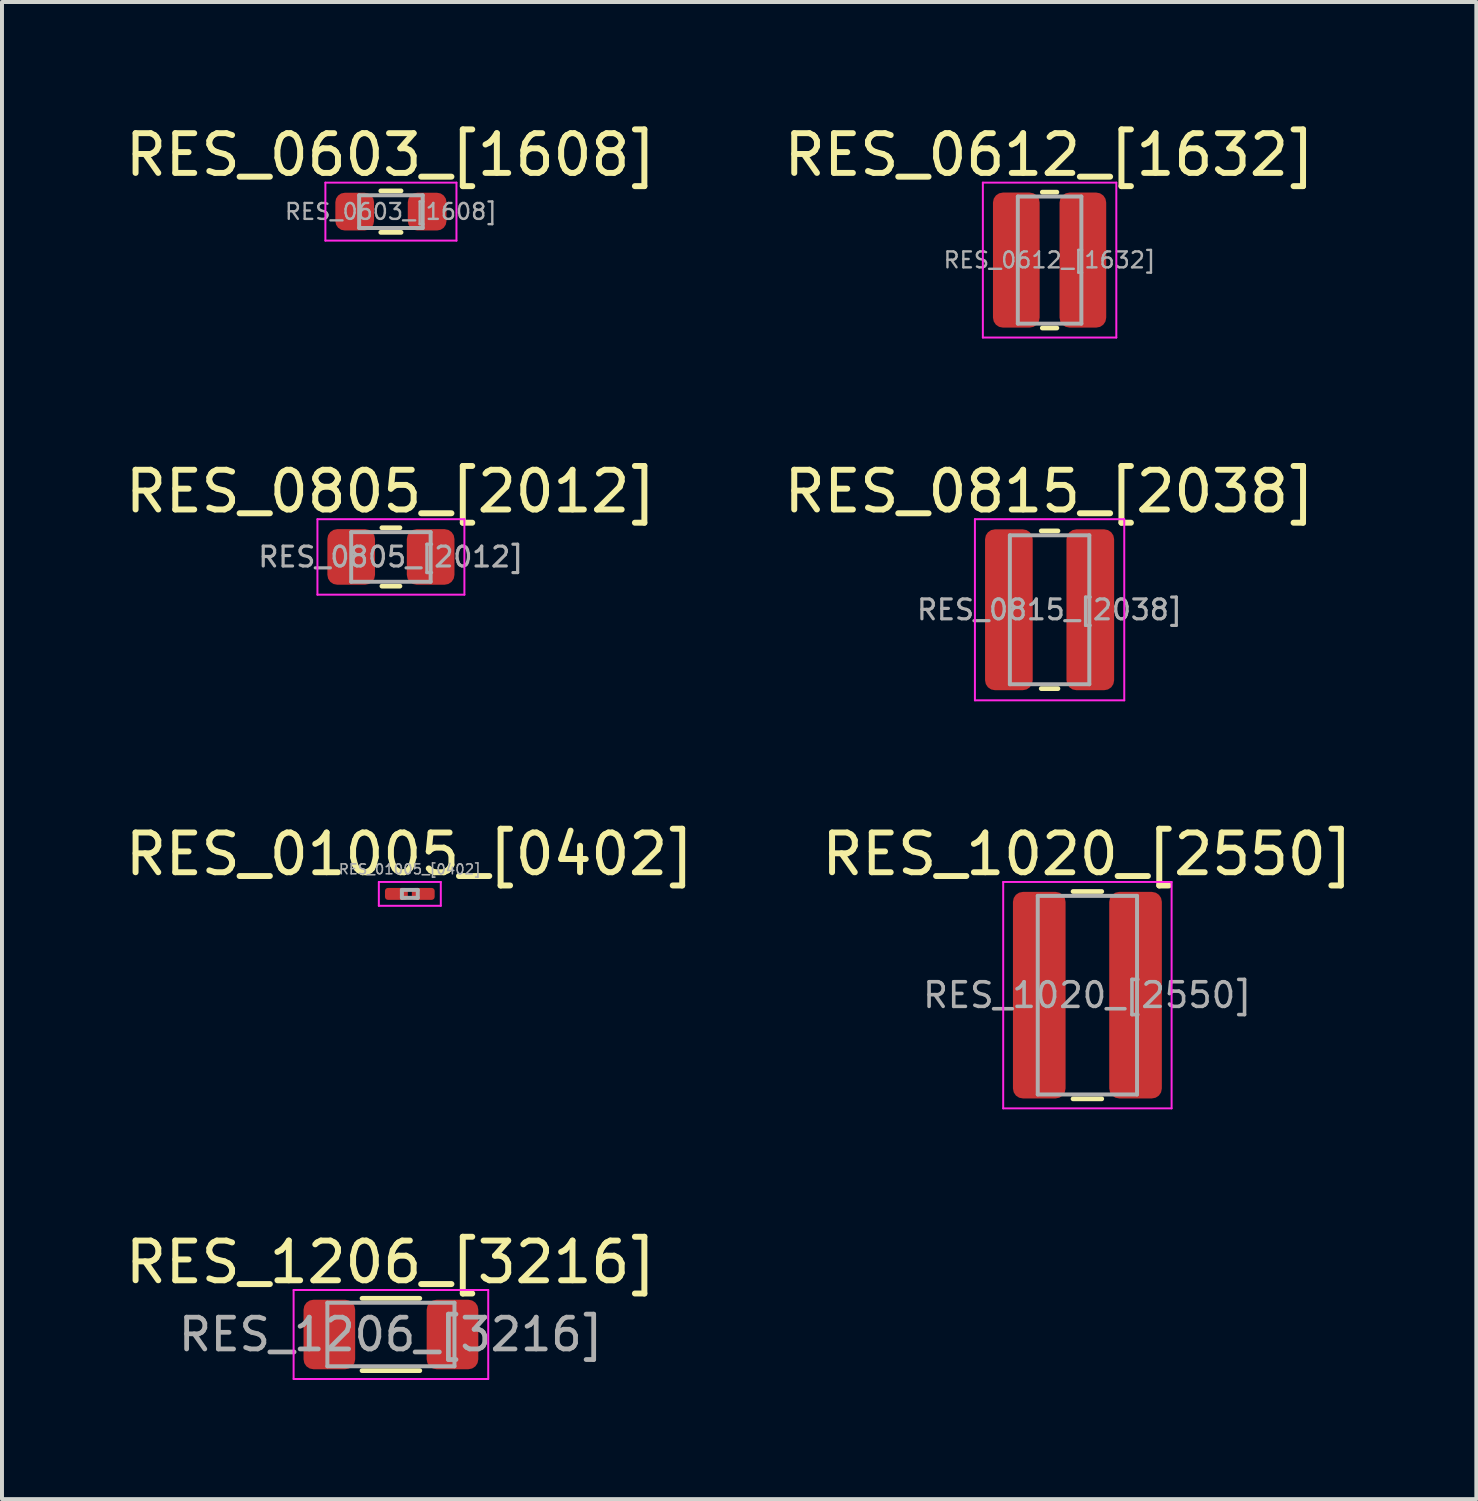
<source format=kicad_pcb>
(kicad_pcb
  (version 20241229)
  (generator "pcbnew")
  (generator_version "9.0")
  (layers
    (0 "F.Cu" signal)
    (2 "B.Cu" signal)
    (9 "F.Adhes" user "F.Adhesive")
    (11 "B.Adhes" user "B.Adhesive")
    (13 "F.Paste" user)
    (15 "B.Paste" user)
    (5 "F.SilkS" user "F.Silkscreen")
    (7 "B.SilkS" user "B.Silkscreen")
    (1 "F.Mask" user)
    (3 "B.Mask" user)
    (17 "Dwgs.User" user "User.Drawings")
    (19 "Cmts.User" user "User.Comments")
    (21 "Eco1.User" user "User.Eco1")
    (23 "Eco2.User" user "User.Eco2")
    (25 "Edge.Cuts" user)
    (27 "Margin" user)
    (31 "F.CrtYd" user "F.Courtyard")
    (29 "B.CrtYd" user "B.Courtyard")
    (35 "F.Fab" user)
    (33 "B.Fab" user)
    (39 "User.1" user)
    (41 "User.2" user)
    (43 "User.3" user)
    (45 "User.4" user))
  (footprint "RES_0612_[1632]"
    (layer "F.Cu")
    (at 23.375 3.498)
    (property "Reference" "RES_0612_[1632]" (at 0 -2.65 0) (layer "F.SilkS") (effects (font (size 1 1) (thickness 0.15))))
    (attr smd)
    (fp_line (start -0.183 -1.71) (end 0.183 -1.71) (stroke (width 0.12) (type solid)) (layer "F.SilkS"))
    (fp_line (start -0.183 1.71) (end 0.183 1.71) (stroke (width 0.12) (type solid)) (layer "F.SilkS"))
    (fp_line (start -1.68 -1.95) (end 1.68 -1.95) (stroke (width 0.05) (type solid)) (layer "F.CrtYd"))
    (fp_line (start -1.68 1.95) (end -1.68 -1.95) (stroke (width 0.05) (type solid)) (layer "F.CrtYd"))
    (fp_line (start 1.68 -1.95) (end 1.68 1.95) (stroke (width 0.05) (type solid)) (layer "F.CrtYd"))
    (fp_line (start 1.68 1.95) (end -1.68 1.95) (stroke (width 0.05) (type solid)) (layer "F.CrtYd"))
    (fp_line (start -0.8 -1.6) (end 0.8 -1.6) (stroke (width 0.1) (type solid)) (layer "F.Fab"))
    (fp_line (start -0.8 1.6) (end -0.8 -1.6) (stroke (width 0.1) (type solid)) (layer "F.Fab"))
    (fp_line (start 0.8 -1.6) (end 0.8 1.6) (stroke (width 0.1) (type solid)) (layer "F.Fab"))
    (fp_line (start 0.8 1.6) (end -0.8 1.6) (stroke (width 0.1) (type solid)) (layer "F.Fab"))
    (fp_text user "${REFERENCE}" (at 0 0 0) (layer "F.Fab") (effects (font (size 0.4 0.4) (thickness 0.06))))
    (pad "1" smd roundrect (at -0.838 0) (size 1.175 3.4) (layers "F.Cu" "F.Mask" "F.Paste") (roundrect_rratio 0.213))
    (pad "2" smd roundrect (at 0.838 0) (size 1.175 3.4) (layers "F.Cu" "F.Mask" "F.Paste") (roundrect_rratio 0.213)))
  (footprint "RES_0815_[2038]"
    (layer "F.Cu")
    (at 23.375 12.302)
    (property "Reference" "RES_0815_[2038]" (at 0 -2.98 0) (layer "F.SilkS") (effects (font (size 1 1) (thickness 0.15))))
    (attr smd)
    (fp_line (start -0.21 -1.985) (end 0.21 -1.985) (stroke (width 0.12) (type solid)) (layer "F.SilkS"))
    (fp_line (start -0.21 1.985) (end 0.21 1.985) (stroke (width 0.12) (type solid)) (layer "F.SilkS"))
    (fp_line (start -1.88 -2.28) (end 1.88 -2.28) (stroke (width 0.05) (type solid)) (layer "F.CrtYd"))
    (fp_line (start -1.88 2.28) (end -1.88 -2.28) (stroke (width 0.05) (type solid)) (layer "F.CrtYd"))
    (fp_line (start 1.88 -2.28) (end 1.88 2.28) (stroke (width 0.05) (type solid)) (layer "F.CrtYd"))
    (fp_line (start 1.88 2.28) (end -1.88 2.28) (stroke (width 0.05) (type solid)) (layer "F.CrtYd"))
    (fp_line (start -1 -1.875) (end 1 -1.875) (stroke (width 0.1) (type solid)) (layer "F.Fab"))
    (fp_line (start -1 1.875) (end -1 -1.875) (stroke (width 0.1) (type solid)) (layer "F.Fab"))
    (fp_line (start 1 -1.875) (end 1 1.875) (stroke (width 0.1) (type solid)) (layer "F.Fab"))
    (fp_line (start 1 1.875) (end -1 1.875) (stroke (width 0.1) (type solid)) (layer "F.Fab"))
    (fp_text user "${REFERENCE}" (at 0 0 0) (layer "F.Fab") (effects (font (size 0.5 0.5) (thickness 0.08))))
    (pad "1" smd roundrect (at -1.025 0) (size 1.2 4.05) (layers "F.Cu" "F.Mask" "F.Paste") (roundrect_rratio 0.208))
    (pad "2" smd roundrect (at 1.025 0) (size 1.2 4.05) (layers "F.Cu" "F.Mask" "F.Paste") (roundrect_rratio 0.208)))
  (footprint "RES_0805_[2012]"
    (layer "F.Cu")
    (at 6.792 10.972)
    (property "Reference" "RES_0805_[2012]" (at 0 -1.65 0) (layer "F.SilkS") (effects (font (size 1 1) (thickness 0.15))))
    (attr smd)
    (fp_line (start -0.227 -0.735) (end 0.227 -0.735) (stroke (width 0.12) (type solid)) (layer "F.SilkS"))
    (fp_line (start -0.227 0.735) (end 0.227 0.735) (stroke (width 0.12) (type solid)) (layer "F.SilkS"))
    (fp_line (start -1.85 -0.95) (end 1.85 -0.95) (stroke (width 0.05) (type solid)) (layer "F.CrtYd"))
    (fp_line (start -1.85 0.95) (end -1.85 -0.95) (stroke (width 0.05) (type solid)) (layer "F.CrtYd"))
    (fp_line (start 1.85 -0.95) (end 1.85 0.95) (stroke (width 0.05) (type solid)) (layer "F.CrtYd"))
    (fp_line (start 1.85 0.95) (end -1.85 0.95) (stroke (width 0.05) (type solid)) (layer "F.CrtYd"))
    (fp_line (start -1 -0.625) (end 1 -0.625) (stroke (width 0.1) (type solid)) (layer "F.Fab"))
    (fp_line (start -1 0.625) (end -1 -0.625) (stroke (width 0.1) (type solid)) (layer "F.Fab"))
    (fp_line (start 1 -0.625) (end 1 0.625) (stroke (width 0.1) (type solid)) (layer "F.Fab"))
    (fp_line (start 1 0.625) (end -1 0.625) (stroke (width 0.1) (type solid)) (layer "F.Fab"))
    (fp_text user "${REFERENCE}" (at 0 0 0) (layer "F.Fab") (effects (font (size 0.5 0.5) (thickness 0.08))))
    (pad "1" smd roundrect (at -1 0) (size 1.2 1.4) (layers "F.Cu" "F.Mask" "F.Paste") (roundrect_rratio 0.208))
    (pad "2" smd roundrect (at 1 0) (size 1.2 1.4) (layers "F.Cu" "F.Mask" "F.Paste") (roundrect_rratio 0.208)))
  (footprint "RES_1206_[3216]"
    (layer "F.Cu")
    (at 6.792 30.548)
    (property "Reference" "RES_1206_[3216]" (at 0 -1.82 0) (layer "F.SilkS") (effects (font (size 1 1) (thickness 0.15))))
    (attr smd)
    (fp_line (start -0.727 -0.91) (end 0.727 -0.91) (stroke (width 0.12) (type solid)) (layer "F.SilkS"))
    (fp_line (start -0.727 0.91) (end 0.727 0.91) (stroke (width 0.12) (type solid)) (layer "F.SilkS"))
    (fp_line (start -2.45 -1.12) (end 2.45 -1.12) (stroke (width 0.05) (type solid)) (layer "F.CrtYd"))
    (fp_line (start -2.45 1.12) (end -2.45 -1.12) (stroke (width 0.05) (type solid)) (layer "F.CrtYd"))
    (fp_line (start 2.45 -1.12) (end 2.45 1.12) (stroke (width 0.05) (type solid)) (layer "F.CrtYd"))
    (fp_line (start 2.45 1.12) (end -2.45 1.12) (stroke (width 0.05) (type solid)) (layer "F.CrtYd"))
    (fp_line (start -1.6 -0.8) (end 1.6 -0.8) (stroke (width 0.1) (type solid)) (layer "F.Fab"))
    (fp_line (start -1.6 0.8) (end -1.6 -0.8) (stroke (width 0.1) (type solid)) (layer "F.Fab"))
    (fp_line (start 1.6 -0.8) (end 1.6 0.8) (stroke (width 0.1) (type solid)) (layer "F.Fab"))
    (fp_line (start 1.6 0.8) (end -1.6 0.8) (stroke (width 0.1) (type solid)) (layer "F.Fab"))
    (fp_text user "${REFERENCE}" (at 0 0 0) (layer "F.Fab") (effects (font (size 0.8 0.8) (thickness 0.12))))
    (pad "1" smd roundrect (at -1.55 0) (size 1.3 1.75) (layers "F.Cu" "F.Mask" "F.Paste") (roundrect_rratio 0.192))
    (pad "2" smd roundrect (at 1.55 0) (size 1.3 1.75) (layers "F.Cu" "F.Mask" "F.Paste") (roundrect_rratio 0.192)))
  (footprint "RES_1020_[2550]"
    (layer "F.Cu")
    (at 24.327 22.005)
    (property "Reference" "RES_1020_[2550]" (at 0 -3.55 0) (layer "F.SilkS") (effects (font (size 1 1) (thickness 0.15))))
    (attr smd)
    (fp_line (start -0.361 -2.61) (end 0.361 -2.61) (stroke (width 0.12) (type solid)) (layer "F.SilkS"))
    (fp_line (start -0.361 2.61) (end 0.361 2.61) (stroke (width 0.12) (type solid)) (layer "F.SilkS"))
    (fp_line (start -2.12 -2.85) (end 2.12 -2.85) (stroke (width 0.05) (type solid)) (layer "F.CrtYd"))
    (fp_line (start -2.12 2.85) (end -2.12 -2.85) (stroke (width 0.05) (type solid)) (layer "F.CrtYd"))
    (fp_line (start 2.12 -2.85) (end 2.12 2.85) (stroke (width 0.05) (type solid)) (layer "F.CrtYd"))
    (fp_line (start 2.12 2.85) (end -2.12 2.85) (stroke (width 0.05) (type solid)) (layer "F.CrtYd"))
    (fp_line (start -1.25 -2.5) (end 1.25 -2.5) (stroke (width 0.1) (type solid)) (layer "F.Fab"))
    (fp_line (start -1.25 2.5) (end -1.25 -2.5) (stroke (width 0.1) (type solid)) (layer "F.Fab"))
    (fp_line (start 1.25 -2.5) (end 1.25 2.5) (stroke (width 0.1) (type solid)) (layer "F.Fab"))
    (fp_line (start 1.25 2.5) (end -1.25 2.5) (stroke (width 0.1) (type solid)) (layer "F.Fab"))
    (fp_text user "${REFERENCE}" (at 0 0 0) (layer "F.Fab") (effects (font (size 0.62 0.62) (thickness 0.09))))
    (pad "1" smd roundrect (at -1.212 0) (size 1.325 5.2) (layers "F.Cu" "F.Mask" "F.Paste") (roundrect_rratio 0.189))
    (pad "2" smd roundrect (at 1.212 0) (size 1.325 5.2) (layers "F.Cu" "F.Mask" "F.Paste") (roundrect_rratio 0.189)))
  (footprint "RES_01005_[0402]"
    (layer "F.Cu")
    (at 7.268 19.455)
    (property "Reference" "RES_01005_[0402]" (at 0 -1 0) (layer "F.SilkS") (effects (font (size 1 1) (thickness 0.15))))
    (attr smd)
    (fp_line (start -0.78 -0.3) (end 0.78 -0.3) (stroke (width 0.05) (type solid)) (layer "F.CrtYd"))
    (fp_line (start -0.78 0.3) (end -0.78 -0.3) (stroke (width 0.05) (type solid)) (layer "F.CrtYd"))
    (fp_line (start 0.78 -0.3) (end 0.78 0.3) (stroke (width 0.05) (type solid)) (layer "F.CrtYd"))
    (fp_line (start 0.78 0.3) (end -0.78 0.3) (stroke (width 0.05) (type solid)) (layer "F.CrtYd"))
    (fp_line (start -0.2 -0.1) (end 0.2 -0.1) (stroke (width 0.1) (type solid)) (layer "F.Fab"))
    (fp_line (start -0.2 0.1) (end -0.2 -0.1) (stroke (width 0.1) (type solid)) (layer "F.Fab"))
    (fp_line (start 0.2 -0.1) (end 0.2 0.1) (stroke (width 0.1) (type solid)) (layer "F.Fab"))
    (fp_line (start 0.2 0.1) (end -0.2 0.1) (stroke (width 0.1) (type solid)) (layer "F.Fab"))
    (fp_text user "${REFERENCE}" (at 0 -0.62 0) (layer "F.Fab") (effects (font (size 0.25 0.25) (thickness 0.04))))
    (pad "" smd roundrect (at -0.362 0) (size 0.41 0.27) (layers "F.Paste") (roundrect_rratio 0.25))
    (pad "" smd roundrect (at 0.362 0) (size 0.41 0.27) (layers "F.Paste") (roundrect_rratio 0.25))
    (pad "1" smd roundrect (at -0.338 0) (size 0.575 0.3) (layers "F.Cu" "F.Mask") (roundrect_rratio 0.25))
    (pad "2" smd roundrect (at 0.338 0) (size 0.575 0.3) (layers "F.Cu" "F.Mask") (roundrect_rratio 0.25)))
  (footprint "RES_0603_[1608]"
    (layer "F.Cu")
    (at 6.792 2.278)
    (property "Reference" "RES_0603_[1608]" (at 0 -1.43 0) (layer "F.SilkS") (effects (font (size 1 1) (thickness 0.15))))
    (attr smd)
    (fp_line (start -0.255 -0.522) (end 0.255 -0.522) (stroke (width 0.12) (type solid)) (layer "F.SilkS"))
    (fp_line (start -0.255 0.522) (end 0.255 0.522) (stroke (width 0.12) (type solid)) (layer "F.SilkS"))
    (fp_line (start -1.65 -0.73) (end 1.65 -0.73) (stroke (width 0.05) (type solid)) (layer "F.CrtYd"))
    (fp_line (start -1.65 0.73) (end -1.65 -0.73) (stroke (width 0.05) (type solid)) (layer "F.CrtYd"))
    (fp_line (start 1.65 -0.73) (end 1.65 0.73) (stroke (width 0.05) (type solid)) (layer "F.CrtYd"))
    (fp_line (start 1.65 0.73) (end -1.65 0.73) (stroke (width 0.05) (type solid)) (layer "F.CrtYd"))
    (fp_line (start -0.8 -0.412) (end 0.8 -0.412) (stroke (width 0.1) (type solid)) (layer "F.Fab"))
    (fp_line (start -0.8 0.412) (end -0.8 -0.412) (stroke (width 0.1) (type solid)) (layer "F.Fab"))
    (fp_line (start 0.8 -0.412) (end 0.8 0.412) (stroke (width 0.1) (type solid)) (layer "F.Fab"))
    (fp_line (start 0.8 0.412) (end -0.8 0.412) (stroke (width 0.1) (type solid)) (layer "F.Fab"))
    (fp_text user "${REFERENCE}" (at 0 0 0) (layer "F.Fab") (effects (font (size 0.4 0.4) (thickness 0.06))))
    (pad "1" smd roundrect (at -0.912 0) (size 0.975 0.95) (layers "F.Cu" "F.Mask" "F.Paste") (roundrect_rratio 0.25))
    (pad "2" smd roundrect (at 0.912 0) (size 0.975 0.95) (layers "F.Cu" "F.Mask" "F.Paste") (roundrect_rratio 0.25)))
  (gr_rect
    (start -3 -3)
    (end 34.119 34.693)
    (stroke (width 0.1) (type default))
    (fill no)
    (layer "Edge.Cuts")))
</source>
